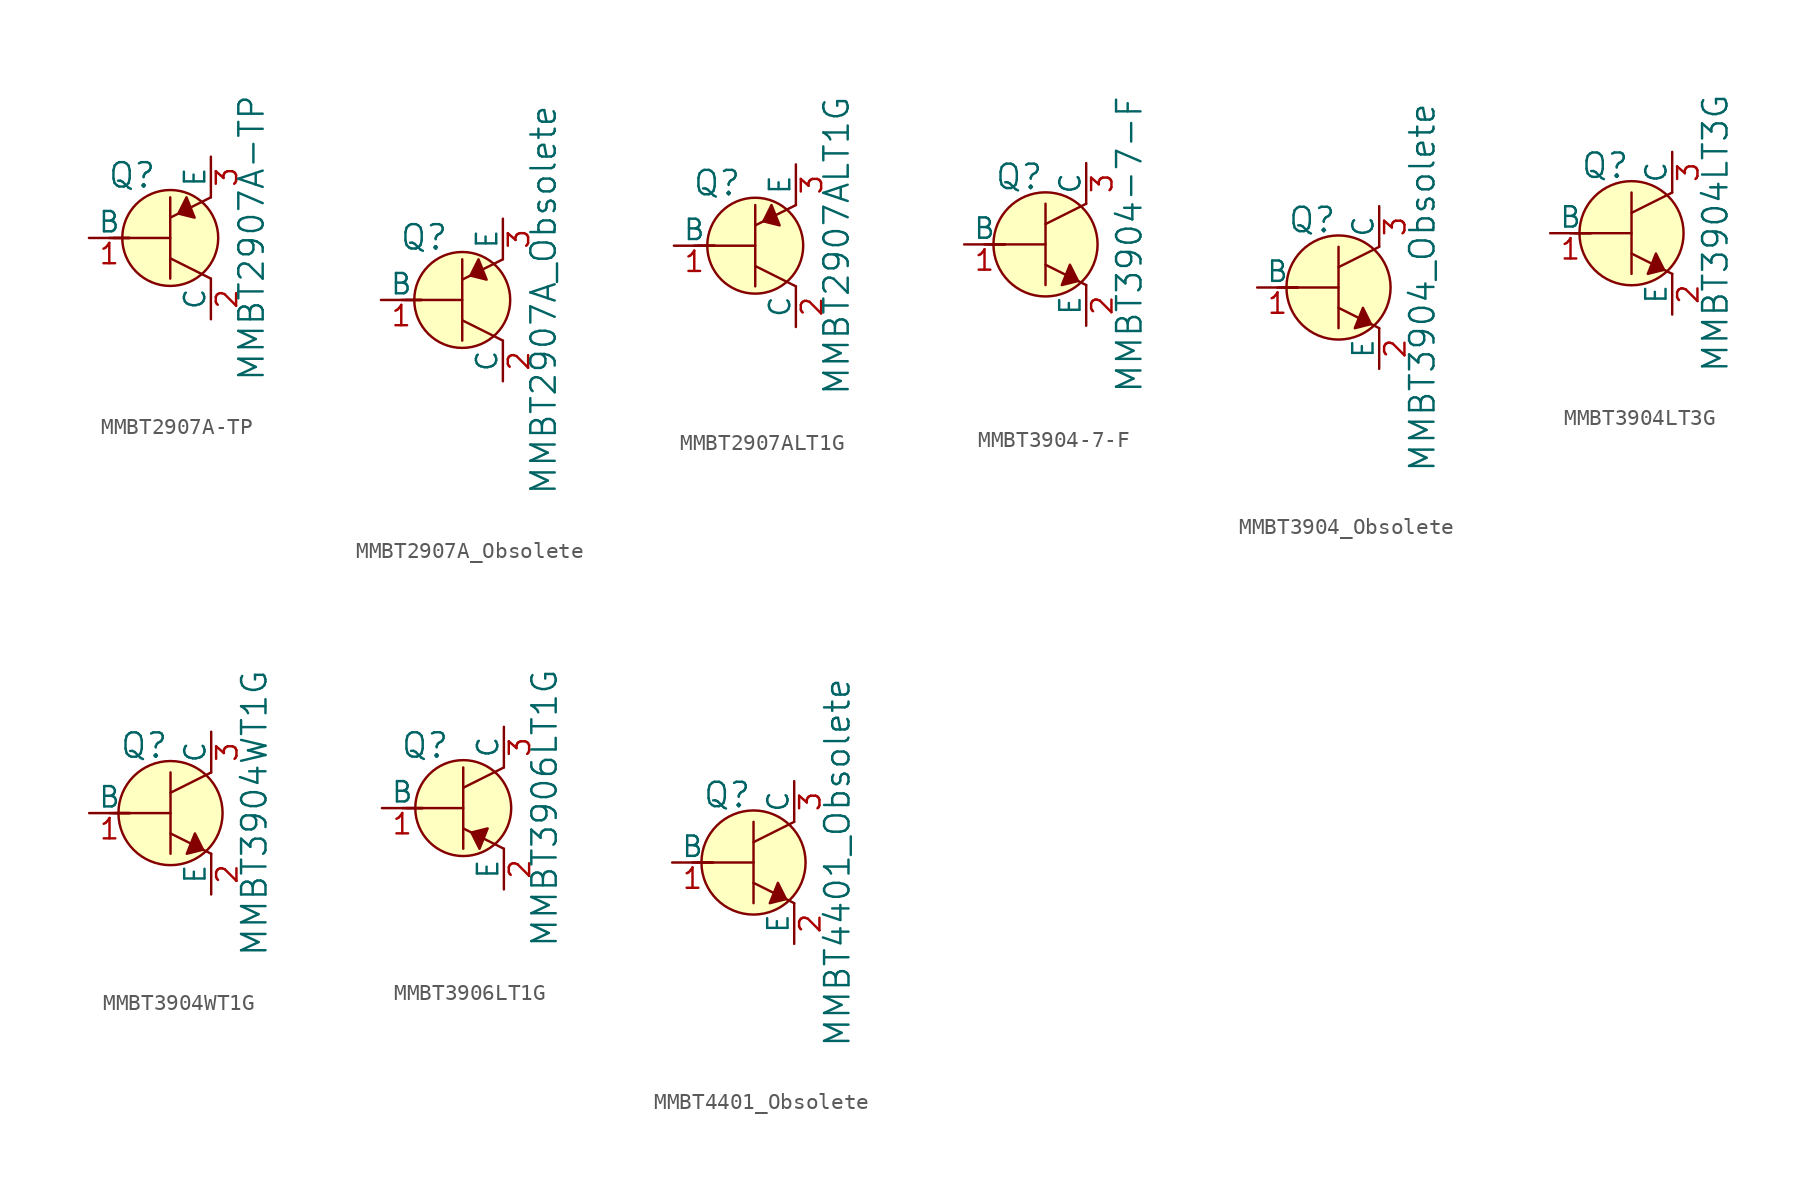
<source format=kicad_sym>
(kicad_symbol_lib
  (version 20231120)
  (generator "kicad_symbol_editor")
  (generator_version "8.0")
  (symbol "MMBT2907A-TP"
    (pin_names
      (offset 0))
    (property "Reference" "Q"
      (at -2.388 3.912 0)
      (effects (font (size 1.524 1.524))))
    (property "Value" "MMBT2907A-TP"
      (at 5.08 0 90)
      (effects (font (size 1.524 1.524))))
    (symbol "MMBT2907A-TP_0_1"
      (polyline (pts (xy -3.81 0) (xy -2.54 0)) (stroke (width 0) (type solid)) (fill (type none)))
      (polyline (pts (xy -3.556 0) (xy 0 0)) (stroke (width 0) (type solid)) (fill (type none)))
      (polyline (pts (xy 0 -1.27) (xy 2.54 -2.54)) (stroke (width 0) (type solid)) (fill (type none)))
      (polyline (pts (xy 0 1.27) (xy 2.54 2.54)) (stroke (width 0) (type solid)) (fill (type none)))
      (polyline (pts (xy 0 2.54) (xy 0 -2.54)) (stroke (width 0) (type solid)) (fill (type none)))
      (polyline (pts (xy 1.016 2.54) (xy 0.508 1.524) (xy 1.524 1.27) (xy 1.016 2.54)) (stroke (width 0) (type solid)) (fill (type outline)))
      (circle (center 0 0) (radius 2.997) (stroke (width 0) (type solid)) (fill (type background))))
    (symbol "MMBT2907A-TP_1_1"
      (pin input line (at -5.08 0 0) (length 2.54) (name "B" (effects (font (size 1.27 1.27)))) (number "1" (effects (font (size 1.27 1.27)))))
      (pin passive line (at 2.54 -5.08 90) (length 2.54) (name "C" (effects (font (size 1.27 1.27)))) (number "2" (effects (font (size 1.27 1.27)))))
      (pin passive line (at 2.54 5.08 270) (length 2.54) (name "E" (effects (font (size 1.27 1.27)))) (number "3" (effects (font (size 1.27 1.27)))))))
  (symbol "MMBT2907A_Obsolete"
    (pin_names
      (offset 0))
    (property "Reference" "Q"
      (at -2.388 3.912 0)
      (effects (font (size 1.524 1.524))))
    (property "Value" "MMBT2907A_Obsolete"
      (at 5.08 0 90)
      (effects (font (size 1.524 1.524))))
    (symbol "MMBT2907A_Obsolete_0_1"
      (polyline (pts (xy -3.81 0) (xy -2.54 0)) (stroke (width 0) (type solid)) (fill (type none)))
      (polyline (pts (xy -3.556 0) (xy 0 0)) (stroke (width 0) (type solid)) (fill (type none)))
      (polyline (pts (xy 0 -1.27) (xy 2.54 -2.54)) (stroke (width 0) (type solid)) (fill (type none)))
      (polyline (pts (xy 0 1.27) (xy 2.54 2.54)) (stroke (width 0) (type solid)) (fill (type none)))
      (polyline (pts (xy 0 2.54) (xy 0 -2.54)) (stroke (width 0) (type solid)) (fill (type none)))
      (polyline (pts (xy 1.016 2.54) (xy 0.508 1.524) (xy 1.524 1.27) (xy 1.016 2.54)) (stroke (width 0) (type solid)) (fill (type outline)))
      (circle (center 0 0) (radius 2.997) (stroke (width 0) (type solid)) (fill (type background))))
    (symbol "MMBT2907A_Obsolete_1_1"
      (pin input line (at -5.08 0 0) (length 2.54) (name "B" (effects (font (size 1.27 1.27)))) (number "1" (effects (font (size 1.27 1.27)))))
      (pin passive line (at 2.54 -5.08 90) (length 2.54) (name "C" (effects (font (size 1.27 1.27)))) (number "2" (effects (font (size 1.27 1.27)))))
      (pin passive line (at 2.54 5.08 270) (length 2.54) (name "E" (effects (font (size 1.27 1.27)))) (number "3" (effects (font (size 1.27 1.27)))))))
  (symbol "MMBT2907ALT1G"
    (pin_names
      (offset 0))
    (property "Reference" "Q"
      (at -2.388 3.912 0)
      (effects (font (size 1.524 1.524))))
    (property "Value" "MMBT2907ALT1G"
      (at 5.08 0 90)
      (effects (font (size 1.524 1.524))))
    (symbol "MMBT2907ALT1G_0_1"
      (polyline (pts (xy -3.81 0) (xy -2.54 0)) (stroke (width 0) (type solid)) (fill (type none)))
      (polyline (pts (xy -3.556 0) (xy 0 0)) (stroke (width 0) (type solid)) (fill (type none)))
      (polyline (pts (xy 0 -1.27) (xy 2.54 -2.54)) (stroke (width 0) (type solid)) (fill (type none)))
      (polyline (pts (xy 0 1.27) (xy 2.54 2.54)) (stroke (width 0) (type solid)) (fill (type none)))
      (polyline (pts (xy 0 2.54) (xy 0 -2.54)) (stroke (width 0) (type solid)) (fill (type none)))
      (polyline (pts (xy 1.016 2.54) (xy 0.508 1.524) (xy 1.524 1.27) (xy 1.016 2.54)) (stroke (width 0) (type solid)) (fill (type outline)))
      (circle (center 0 0) (radius 2.997) (stroke (width 0) (type solid)) (fill (type background))))
    (symbol "MMBT2907ALT1G_1_1"
      (pin input line (at -5.08 0 0) (length 2.54) (name "B" (effects (font (size 1.27 1.27)))) (number "1" (effects (font (size 1.27 1.27)))))
      (pin passive line (at 2.54 -5.08 90) (length 2.54) (name "C" (effects (font (size 1.27 1.27)))) (number "2" (effects (font (size 1.27 1.27)))))
      (pin passive line (at 2.54 5.08 270) (length 2.54) (name "E" (effects (font (size 1.27 1.27)))) (number "3" (effects (font (size 1.27 1.27)))))))
  (symbol "MMBT3904-7-F"
    (pin_names
      (offset 0))
    (property "Reference" "Q"
      (at -3.2 4.216 0)
      (effects (font (size 1.524 1.524)) (justify left)))
    (property "Value" "MMBT3904-7-F"
      (at 5.232 0 90)
      (effects (font (size 1.524 1.524))))
    (symbol "MMBT3904-7-F_0_1"
      (polyline (pts (xy -3.81 0) (xy -2.54 0)) (stroke (width 0) (type solid)) (fill (type none)))
      (polyline (pts (xy -3.556 0) (xy 0 0)) (stroke (width 0) (type solid)) (fill (type none)))
      (polyline (pts (xy 0 -1.27) (xy 2.54 -2.54)) (stroke (width 0) (type solid)) (fill (type none)))
      (polyline (pts (xy 0 1.27) (xy 2.54 2.54)) (stroke (width 0) (type solid)) (fill (type none)))
      (polyline (pts (xy 0 2.54) (xy 0 -2.54)) (stroke (width 0) (type solid)) (fill (type none)))
      (polyline (pts (xy 1.524 -1.27) (xy 2.032 -2.286) (xy 1.016 -2.54) (xy 1.524 -1.27)) (stroke (width 0) (type solid)) (fill (type outline)))
      (circle (center 0 0) (radius 3.251) (stroke (width 0) (type solid)) (fill (type background))))
    (symbol "MMBT3904-7-F_1_1"
      (pin input line (at -5.08 0 0) (length 2.54) (name "B" (effects (font (size 1.27 1.27)))) (number "1" (effects (font (size 1.27 1.27)))))
      (pin passive line (at 2.54 -5.08 90) (length 2.54) (name "E" (effects (font (size 1.27 1.27)))) (number "2" (effects (font (size 1.27 1.27)))))
      (pin passive line (at 2.54 5.08 270) (length 2.54) (name "C" (effects (font (size 1.27 1.27)))) (number "3" (effects (font (size 1.27 1.27)))))))
  (symbol "MMBT3904_Obsolete"
    (pin_names
      (offset 0))
    (property "Reference" "Q"
      (at -3.2 4.216 0)
      (effects (font (size 1.524 1.524)) (justify left)))
    (property "Value" "MMBT3904_Obsolete"
      (at 5.232 0 90)
      (effects (font (size 1.524 1.524))))
    (symbol "MMBT3904_Obsolete_0_1"
      (polyline (pts (xy -3.81 0) (xy -2.54 0)) (stroke (width 0) (type solid)) (fill (type none)))
      (polyline (pts (xy -3.556 0) (xy 0 0)) (stroke (width 0) (type solid)) (fill (type none)))
      (polyline (pts (xy 0 -1.27) (xy 2.54 -2.54)) (stroke (width 0) (type solid)) (fill (type none)))
      (polyline (pts (xy 0 1.27) (xy 2.54 2.54)) (stroke (width 0) (type solid)) (fill (type none)))
      (polyline (pts (xy 0 2.54) (xy 0 -2.54)) (stroke (width 0) (type solid)) (fill (type none)))
      (polyline (pts (xy 1.524 -1.27) (xy 2.032 -2.286) (xy 1.016 -2.54) (xy 1.524 -1.27)) (stroke (width 0) (type solid)) (fill (type outline)))
      (circle (center 0 0) (radius 3.251) (stroke (width 0) (type solid)) (fill (type background))))
    (symbol "MMBT3904_Obsolete_1_1"
      (pin input line (at -5.08 0 0) (length 2.54) (name "B" (effects (font (size 1.27 1.27)))) (number "1" (effects (font (size 1.27 1.27)))))
      (pin passive line (at 2.54 -5.08 90) (length 2.54) (name "E" (effects (font (size 1.27 1.27)))) (number "2" (effects (font (size 1.27 1.27)))))
      (pin passive line (at 2.54 5.08 270) (length 2.54) (name "C" (effects (font (size 1.27 1.27)))) (number "3" (effects (font (size 1.27 1.27)))))))
  (symbol "MMBT3904LT3G"
    (pin_names
      (offset 0))
    (property "Reference" "Q"
      (at -3.2 4.216 0)
      (effects (font (size 1.524 1.524)) (justify left)))
    (property "Value" "MMBT3904LT3G"
      (at 5.232 0 90)
      (effects (font (size 1.524 1.524))))
    (symbol "MMBT3904LT3G_0_1"
      (polyline (pts (xy -3.81 0) (xy -2.54 0)) (stroke (width 0) (type solid)) (fill (type none)))
      (polyline (pts (xy -3.556 0) (xy 0 0)) (stroke (width 0) (type solid)) (fill (type none)))
      (polyline (pts (xy 0 -1.27) (xy 2.54 -2.54)) (stroke (width 0) (type solid)) (fill (type none)))
      (polyline (pts (xy 0 1.27) (xy 2.54 2.54)) (stroke (width 0) (type solid)) (fill (type none)))
      (polyline (pts (xy 0 2.54) (xy 0 -2.54)) (stroke (width 0) (type solid)) (fill (type none)))
      (polyline (pts (xy 1.524 -1.27) (xy 2.032 -2.286) (xy 1.016 -2.54) (xy 1.524 -1.27)) (stroke (width 0) (type solid)) (fill (type outline)))
      (circle (center 0 0) (radius 3.251) (stroke (width 0) (type solid)) (fill (type background))))
    (symbol "MMBT3904LT3G_1_1"
      (pin input line (at -5.08 0 0) (length 2.54) (name "B" (effects (font (size 1.27 1.27)))) (number "1" (effects (font (size 1.27 1.27)))))
      (pin passive line (at 2.54 -5.08 90) (length 2.54) (name "E" (effects (font (size 1.27 1.27)))) (number "2" (effects (font (size 1.27 1.27)))))
      (pin passive line (at 2.54 5.08 270) (length 2.54) (name "C" (effects (font (size 1.27 1.27)))) (number "3" (effects (font (size 1.27 1.27)))))))
  (symbol "MMBT3904WT1G"
    (pin_names
      (offset 0))
    (property "Reference" "Q"
      (at -3.2 4.216 0)
      (effects (font (size 1.524 1.524)) (justify left)))
    (property "Value" "MMBT3904WT1G"
      (at 5.232 0 90)
      (effects (font (size 1.524 1.524))))
    (symbol "MMBT3904WT1G_0_1"
      (polyline (pts (xy -3.81 0) (xy -2.54 0)) (stroke (width 0) (type solid)) (fill (type none)))
      (polyline (pts (xy -3.556 0) (xy 0 0)) (stroke (width 0) (type solid)) (fill (type none)))
      (polyline (pts (xy 0 -1.27) (xy 2.54 -2.54)) (stroke (width 0) (type solid)) (fill (type none)))
      (polyline (pts (xy 0 1.27) (xy 2.54 2.54)) (stroke (width 0) (type solid)) (fill (type none)))
      (polyline (pts (xy 0 2.54) (xy 0 -2.54)) (stroke (width 0) (type solid)) (fill (type none)))
      (polyline (pts (xy 1.524 -1.27) (xy 2.032 -2.286) (xy 1.016 -2.54) (xy 1.524 -1.27)) (stroke (width 0) (type solid)) (fill (type outline)))
      (circle (center 0 0) (radius 3.251) (stroke (width 0) (type solid)) (fill (type background))))
    (symbol "MMBT3904WT1G_1_1"
      (pin input line (at -5.08 0 0) (length 2.54) (name "B" (effects (font (size 1.27 1.27)))) (number "1" (effects (font (size 1.27 1.27)))))
      (pin passive line (at 2.54 -5.08 90) (length 2.54) (name "E" (effects (font (size 1.27 1.27)))) (number "2" (effects (font (size 1.27 1.27)))))
      (pin passive line (at 2.54 5.08 270) (length 2.54) (name "C" (effects (font (size 1.27 1.27)))) (number "3" (effects (font (size 1.27 1.27)))))))
  (symbol "MMBT3906LT1G"
    (pin_names
      (offset 0))
    (property "Reference" "Q"
      (at -2.388 3.912 0)
      (effects (font (size 1.524 1.524))))
    (property "Value" "MMBT3906LT1G"
      (at 5.08 0 90)
      (effects (font (size 1.524 1.524))))
    (symbol "MMBT3906LT1G_0_1"
      (polyline (pts (xy -3.81 0) (xy -2.54 0)) (stroke (width 0) (type solid)) (fill (type none)))
      (polyline (pts (xy -3.556 0) (xy 0 0)) (stroke (width 0) (type solid)) (fill (type none)))
      (polyline (pts (xy 0 -2.54) (xy 0 2.54)) (stroke (width 0) (type solid)) (fill (type none)))
      (polyline (pts (xy 0 -1.27) (xy 2.54 -2.54)) (stroke (width 0) (type solid)) (fill (type none)))
      (polyline (pts (xy 0 1.27) (xy 2.54 2.54)) (stroke (width 0) (type solid)) (fill (type none)))
      (polyline (pts (xy 1.016 -2.54) (xy 0.508 -1.524) (xy 1.524 -1.27) (xy 1.016 -2.54)) (stroke (width 0) (type solid)) (fill (type outline)))
      (circle (center 0 0) (radius 2.997) (stroke (width 0) (type solid)) (fill (type background))))
    (symbol "MMBT3906LT1G_1_1"
      (pin input line (at -5.08 0 0) (length 2.54) (name "B" (effects (font (size 1.27 1.27)))) (number "1" (effects (font (size 1.27 1.27)))))
      (pin passive line (at 2.54 -5.08 90) (length 2.54) (name "E" (effects (font (size 1.27 1.27)))) (number "2" (effects (font (size 1.27 1.27)))))
      (pin passive line (at 2.54 5.08 270) (length 2.54) (name "C" (effects (font (size 1.27 1.27)))) (number "3" (effects (font (size 1.27 1.27)))))))
  (symbol "MMBT4401_Obsolete"
    (pin_names
      (offset 0))
    (property "Reference" "Q"
      (at -3.2 4.216 0)
      (effects (font (size 1.524 1.524)) (justify left)))
    (property "Value" "MMBT4401_Obsolete"
      (at 5.232 0 90)
      (effects (font (size 1.524 1.524))))
    (symbol "MMBT4401_Obsolete_0_1"
      (polyline (pts (xy -3.81 0) (xy -2.54 0)) (stroke (width 0) (type solid)) (fill (type none)))
      (polyline (pts (xy -3.556 0) (xy 0 0)) (stroke (width 0) (type solid)) (fill (type none)))
      (polyline (pts (xy 0 -1.27) (xy 2.54 -2.54)) (stroke (width 0) (type solid)) (fill (type none)))
      (polyline (pts (xy 0 1.27) (xy 2.54 2.54)) (stroke (width 0) (type solid)) (fill (type none)))
      (polyline (pts (xy 0 2.54) (xy 0 -2.54)) (stroke (width 0) (type solid)) (fill (type none)))
      (polyline (pts (xy 1.524 -1.27) (xy 2.032 -2.286) (xy 1.016 -2.54) (xy 1.524 -1.27)) (stroke (width 0) (type solid)) (fill (type outline)))
      (circle (center 0 0) (radius 3.251) (stroke (width 0) (type solid)) (fill (type background))))
    (symbol "MMBT4401_Obsolete_1_1"
      (pin input line (at -5.08 0 0) (length 2.54) (name "B" (effects (font (size 1.27 1.27)))) (number "1" (effects (font (size 1.27 1.27)))))
      (pin passive line (at 2.54 -5.08 90) (length 2.54) (name "E" (effects (font (size 1.27 1.27)))) (number "2" (effects (font (size 1.27 1.27)))))
      (pin passive line (at 2.54 5.08 270) (length 2.54) (name "C" (effects (font (size 1.27 1.27)))) (number "3" (effects (font (size 1.27 1.27))))))))
</source>
